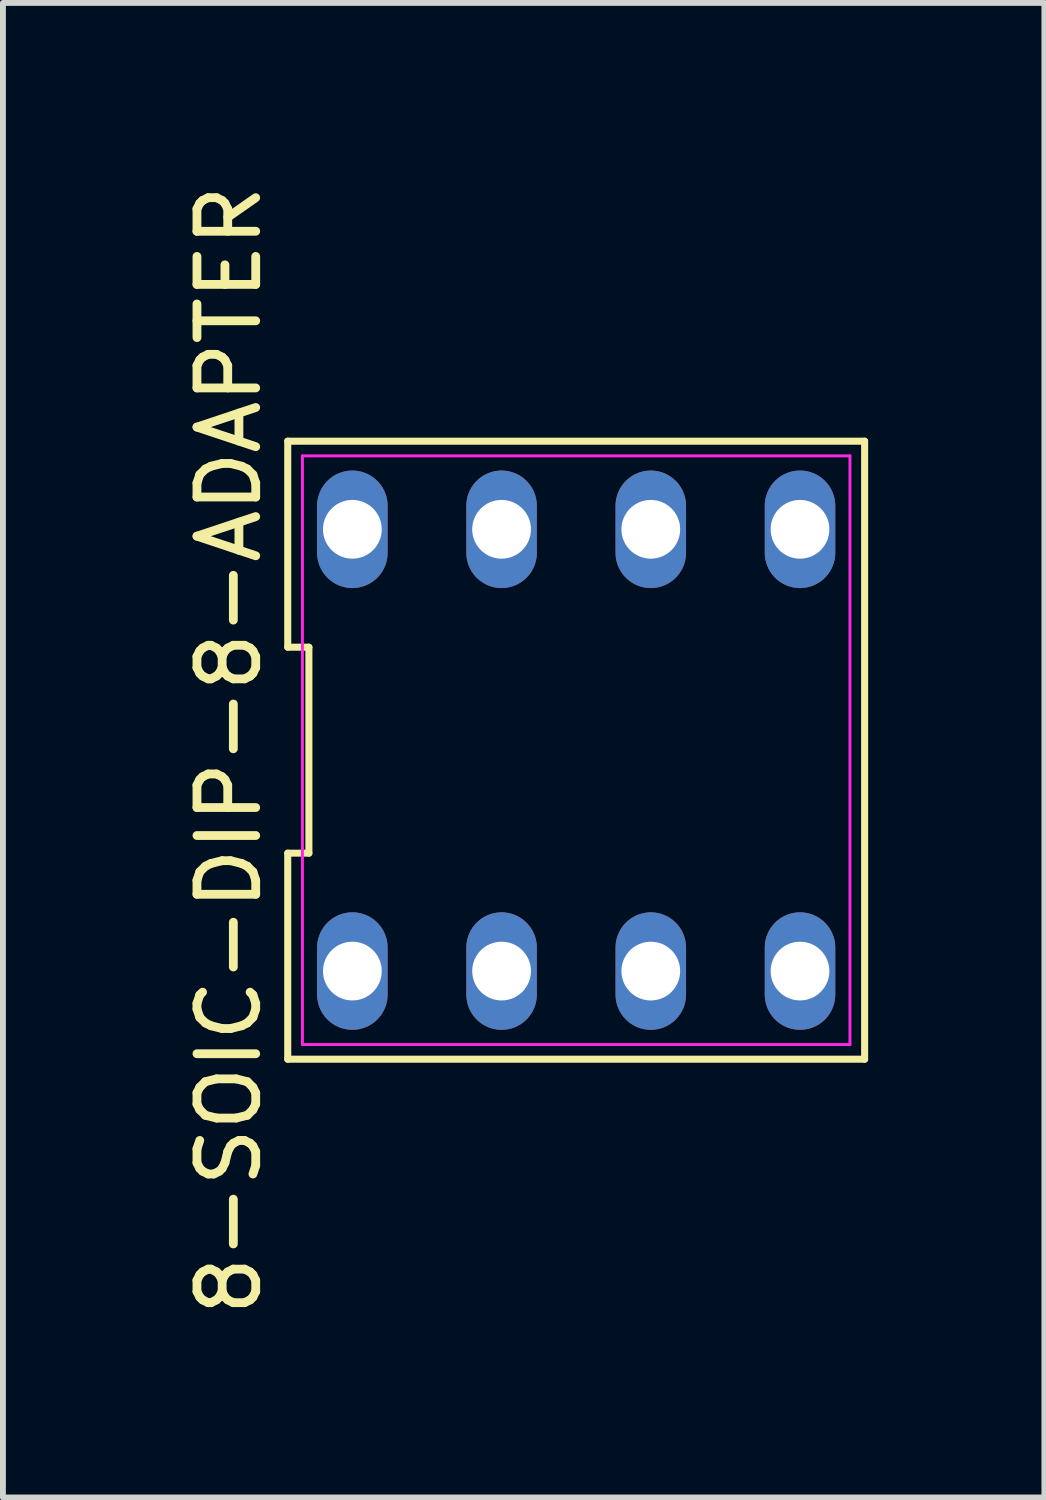
<source format=kicad_pcb>
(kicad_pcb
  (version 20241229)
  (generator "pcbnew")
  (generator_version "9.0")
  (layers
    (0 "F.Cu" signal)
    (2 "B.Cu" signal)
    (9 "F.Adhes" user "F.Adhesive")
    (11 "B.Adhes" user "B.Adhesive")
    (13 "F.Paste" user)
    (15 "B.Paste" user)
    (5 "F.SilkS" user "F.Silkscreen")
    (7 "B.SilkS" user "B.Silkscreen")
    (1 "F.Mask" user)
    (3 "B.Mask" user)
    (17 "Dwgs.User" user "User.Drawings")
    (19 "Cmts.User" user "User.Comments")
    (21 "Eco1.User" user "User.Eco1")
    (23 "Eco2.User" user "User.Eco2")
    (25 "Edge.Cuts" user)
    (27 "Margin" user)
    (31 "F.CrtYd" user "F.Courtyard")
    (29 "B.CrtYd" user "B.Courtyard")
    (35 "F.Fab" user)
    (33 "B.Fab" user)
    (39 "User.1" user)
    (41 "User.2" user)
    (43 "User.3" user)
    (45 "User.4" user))
  (footprint "8-SOIC-DIP-8-ADAPTER"
    (layer "F.Cu")
    (at 6.758 9.72)
    (property "Reference" "8-SOIC-DIP-8-ADAPTER" (at -5.91 0 90) (unlocked yes) (layer "F.SilkS") (effects (font (size 1 1) (thickness 0.15))))
    (attr through_hole)
    (fp_line (start -4.91 -5.26) (end -4.91 -1.753) (stroke (width 0.12) (type default)) (layer "F.SilkS"))
    (fp_line (start -4.91 -1.753) (end -4.55 -1.753) (stroke (width 0.12) (type default)) (layer "F.SilkS"))
    (fp_line (start -4.91 1.753) (end -4.91 5.26) (stroke (width 0.12) (type default)) (layer "F.SilkS"))
    (fp_line (start -4.91 5.26) (end 4.91 5.26) (stroke (width 0.12) (type default)) (layer "F.SilkS"))
    (fp_line (start -4.55 -1.753) (end -4.55 1.753) (stroke (width 0.12) (type default)) (layer "F.SilkS"))
    (fp_line (start -4.55 1.753) (end -4.91 1.753) (stroke (width 0.12) (type default)) (layer "F.SilkS"))
    (fp_line (start 4.91 -5.26) (end -4.91 -5.26) (stroke (width 0.12) (type default)) (layer "F.SilkS"))
    (fp_line (start 4.91 5.26) (end 4.91 -5.26) (stroke (width 0.12) (type default)) (layer "F.SilkS"))
    (fp_line (start -4.66 -5.01) (end 4.66 -5.01) (stroke (width 0.05) (type default)) (layer "F.CrtYd"))
    (fp_line (start -4.66 5.01) (end -4.66 -5.01) (stroke (width 0.05) (type default)) (layer "F.CrtYd"))
    (fp_line (start 4.66 -5.01) (end 4.66 5.01) (stroke (width 0.05) (type default)) (layer "F.CrtYd"))
    (fp_line (start 4.66 5.01) (end -4.66 5.01) (stroke (width 0.05) (type default)) (layer "F.CrtYd"))
    (pad "1" thru_hole oval (at -3.81 3.76) (size 1.2 2) (drill 1) (layers "*.Cu" "*.Mask"))
    (pad "2" thru_hole oval (at -1.27 3.76) (size 1.2 2) (drill 1) (layers "*.Cu" "*.Mask"))
    (pad "3" thru_hole oval (at 1.27 3.76) (size 1.2 2) (drill 1) (layers "*.Cu" "*.Mask"))
    (pad "4" thru_hole oval (at 3.81 3.76) (size 1.2 2) (drill 1) (layers "*.Cu" "*.Mask"))
    (pad "5" thru_hole oval (at 3.81 -3.76) (size 1.2 2) (drill 1) (layers "*.Cu" "*.Mask"))
    (pad "6" thru_hole oval (at 1.27 -3.76) (size 1.2 2) (drill 1) (layers "*.Cu" "*.Mask"))
    (pad "7" thru_hole oval (at -1.27 -3.76) (size 1.2 2) (drill 1) (layers "*.Cu" "*.Mask"))
    (pad "8" thru_hole oval (at -3.81 -3.76) (size 1.2 2) (drill 1) (layers "*.Cu" "*.Mask")))
  (gr_rect
    (start -3 -3)
    (end 14.728 22.44)
    (stroke (width 0.1) (type default))
    (fill no)
    (layer "Edge.Cuts")))
</source>
